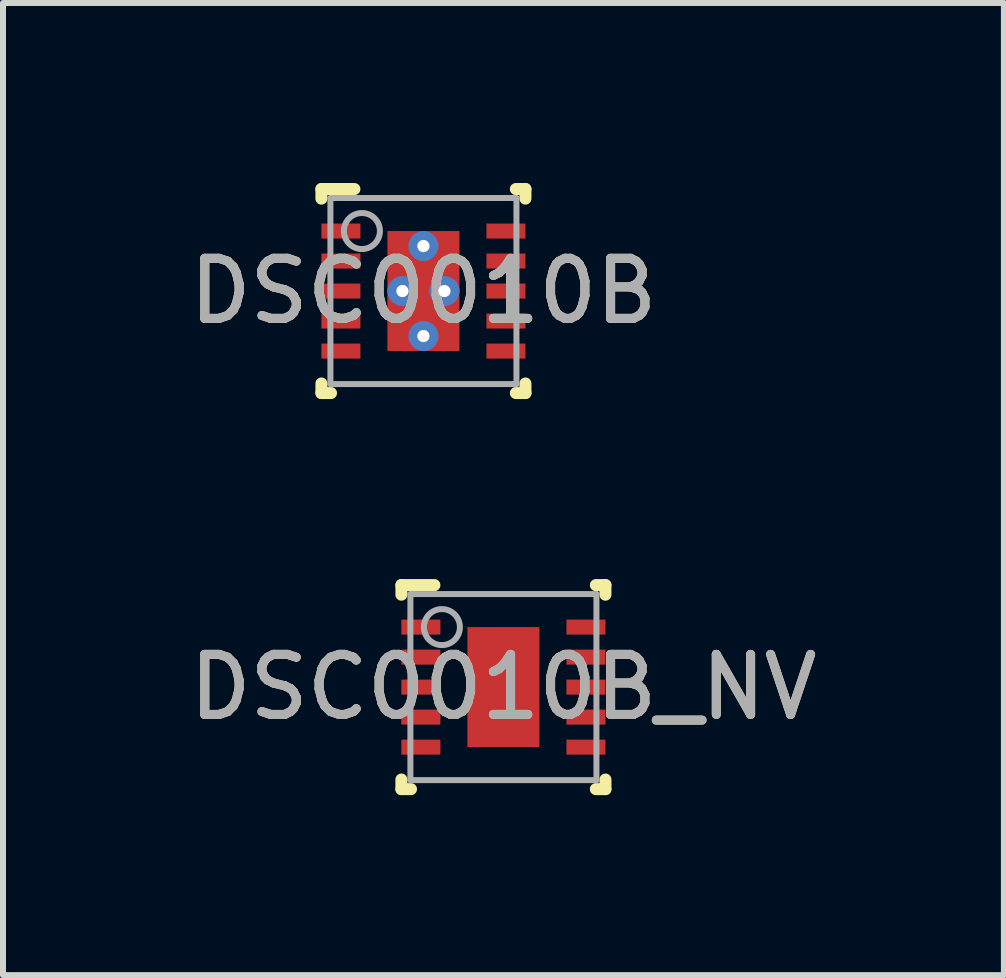
<source format=kicad_pcb>
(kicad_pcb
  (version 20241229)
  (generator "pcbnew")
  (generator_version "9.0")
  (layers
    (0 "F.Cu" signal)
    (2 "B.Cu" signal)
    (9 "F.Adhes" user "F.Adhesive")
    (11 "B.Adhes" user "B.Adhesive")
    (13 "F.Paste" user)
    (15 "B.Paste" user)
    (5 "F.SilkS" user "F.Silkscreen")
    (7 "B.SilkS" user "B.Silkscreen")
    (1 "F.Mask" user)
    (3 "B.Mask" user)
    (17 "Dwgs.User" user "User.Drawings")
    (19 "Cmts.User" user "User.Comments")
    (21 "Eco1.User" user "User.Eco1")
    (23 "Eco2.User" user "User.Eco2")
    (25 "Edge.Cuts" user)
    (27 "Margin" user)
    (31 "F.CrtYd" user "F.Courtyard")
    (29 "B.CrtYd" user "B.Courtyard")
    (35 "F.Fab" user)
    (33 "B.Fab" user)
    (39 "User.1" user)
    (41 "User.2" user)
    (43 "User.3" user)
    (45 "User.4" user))
  (footprint "DSC0010B_NV"
    (layer "F.Cu")
    (at 5.339 8.4)
    (property "Reference" "DSC0010B_NV" (at 0 0 0) (unlocked yes) (layer "F.SilkS") (effects (font (size 1 1) (thickness 0.15))))
    (attr smd)
    (fp_line (start -1.7 1.7) (end -1.7 1.54) (stroke (width 0.2) (type solid)) (layer "F.SilkS"))
    (fp_line (start -1.7 1.7) (end -1.54 1.7) (stroke (width 0.2) (type solid)) (layer "F.SilkS"))
    (fp_line (start -1.7 -1.7) (end -1.15 -1.7) (stroke (width 0.2) (type solid)) (layer "F.SilkS"))
    (fp_line (start -1.7 -1.54) (end -1.7 -1.7) (stroke (width 0.2) (type solid)) (layer "F.SilkS"))
    (fp_line (start 1.54 -1.7) (end 1.7 -1.7) (stroke (width 0.2) (type solid)) (layer "F.SilkS"))
    (fp_line (start 1.54 1.7) (end 1.7 1.7) (stroke (width 0.2) (type solid)) (layer "F.SilkS"))
    (fp_line (start 1.7 -1.54) (end 1.7 -1.7) (stroke (width 0.2) (type solid)) (layer "F.SilkS"))
    (fp_line (start 1.7 1.7) (end 1.7 1.54) (stroke (width 0.2) (type solid)) (layer "F.SilkS"))
    (fp_poly (pts (xy -0.565 -0.149) (xy -0.565 -0.941) (xy -0.564 -0.951) (xy -0.561 -0.96) (xy -0.557 -0.968) (xy -0.551 -0.976) (xy -0.543 -0.982) (xy -0.535 -0.986) (xy -0.526 -0.989) (xy -0.516 -0.99) (xy 0.516 -0.99) (xy 0.526 -0.989) (xy 0.535 -0.986) (xy 0.543 -0.982) (xy 0.551 -0.976) (xy 0.557 -0.968) (xy 0.561 -0.96) (xy 0.564 -0.951) (xy 0.565 -0.941) (xy 0.565 -0.149) (xy 0.564 -0.139) (xy 0.561 -0.13) (xy 0.557 -0.122) (xy 0.551 -0.114) (xy 0.543 -0.108) (xy 0.535 -0.104) (xy 0.526 -0.101) (xy 0.516 -0.1) (xy -0.516 -0.1) (xy -0.526 -0.101) (xy -0.535 -0.104) (xy -0.543 -0.108) (xy -0.551 -0.114) (xy -0.557 -0.122) (xy -0.561 -0.13) (xy -0.564 -0.139)) (stroke (width 0) (type solid)) (fill yes) (layer "F.Paste"))
    (fp_poly (pts (xy -0.565 0.941) (xy -0.565 0.149) (xy -0.564 0.139) (xy -0.561 0.13) (xy -0.557 0.122) (xy -0.551 0.114) (xy -0.543 0.108) (xy -0.535 0.104) (xy -0.526 0.101) (xy -0.516 0.1) (xy 0.516 0.1) (xy 0.526 0.101) (xy 0.535 0.104) (xy 0.543 0.108) (xy 0.551 0.114) (xy 0.557 0.122) (xy 0.561 0.13) (xy 0.564 0.139) (xy 0.565 0.149) (xy 0.565 0.941) (xy 0.564 0.951) (xy 0.561 0.96) (xy 0.557 0.968) (xy 0.551 0.976) (xy 0.543 0.982) (xy 0.535 0.986) (xy 0.526 0.989) (xy 0.516 0.99) (xy -0.516 0.99) (xy -0.526 0.989) (xy -0.535 0.986) (xy -0.543 0.982) (xy -0.551 0.976) (xy -0.557 0.968) (xy -0.561 0.96) (xy -0.564 0.951)) (stroke (width 0) (type solid)) (fill yes) (layer "F.Paste"))
    (fp_line (start -1.55 -1.55) (end 1.55 -1.55) (stroke (width 0.1) (type solid)) (layer "F.Fab"))
    (fp_line (start -1.55 1.55) (end -1.55 -1.55) (stroke (width 0.1) (type solid)) (layer "F.Fab"))
    (fp_line (start -1.55 1.55) (end 1.55 1.55) (stroke (width 0.1) (type solid)) (layer "F.Fab"))
    (fp_line (start 1.55 1.55) (end 1.55 -1.55) (stroke (width 0.1) (type solid)) (layer "F.Fab"))
    (fp_circle (center -1.025 -1) (end -0.725 -1) (stroke (width 0.1) (type solid)) (fill no) (layer "F.Fab"))
    (fp_text user "${REFERENCE}" (at 0 0 0) (unlocked yes) (layer "F.Fab") (effects (font (size 1 1) (thickness 0.15))))
    (pad "1" smd rect (at -1.375 -1 90) (size 0.25 0.65) (layers "F.Cu" "F.Mask" "F.Paste"))
    (pad "2" smd rect (at -1.375 -0.5 90) (size 0.25 0.65) (layers "F.Cu" "F.Mask" "F.Paste"))
    (pad "3" smd rect (at -1.375 0 90) (size 0.25 0.65) (layers "F.Cu" "F.Mask" "F.Paste"))
    (pad "4" smd rect (at -1.375 0.5 90) (size 0.25 0.65) (layers "F.Cu" "F.Mask" "F.Paste"))
    (pad "5" smd rect (at -1.375 1 90) (size 0.25 0.65) (layers "F.Cu" "F.Mask" "F.Paste"))
    (pad "6" smd rect (at 1.375 1 90) (size 0.25 0.65) (layers "F.Cu" "F.Mask" "F.Paste"))
    (pad "7" smd rect (at 1.375 0.5 90) (size 0.25 0.65) (layers "F.Cu" "F.Mask" "F.Paste"))
    (pad "8" smd rect (at 1.375 0 90) (size 0.25 0.65) (layers "F.Cu" "F.Mask" "F.Paste"))
    (pad "9" smd rect (at 1.375 -0.5 90) (size 0.25 0.65) (layers "F.Cu" "F.Mask" "F.Paste"))
    (pad "10" smd rect (at 1.375 -1 90) (size 0.25 0.65) (layers "F.Cu" "F.Mask" "F.Paste"))
    (pad "11" smd rect (at 0.000003 0) (size 1.2 2) (layers "F.Cu" "F.Mask")))
  (footprint "DSC0010B"
    (layer "F.Cu")
    (at 4.006 1.8)
    (property "Reference" "DSC0010B" (at 0 0 0) (unlocked yes) (layer "F.SilkS") (effects (font (size 1 1) (thickness 0.15))))
    (attr smd)
    (fp_line (start -1.7 1.7) (end -1.7 1.54) (stroke (width 0.2) (type solid)) (layer "F.SilkS"))
    (fp_line (start -1.7 1.7) (end -1.54 1.7) (stroke (width 0.2) (type solid)) (layer "F.SilkS"))
    (fp_line (start -1.7 -1.7) (end -1.15 -1.7) (stroke (width 0.2) (type solid)) (layer "F.SilkS"))
    (fp_line (start -1.7 -1.54) (end -1.7 -1.7) (stroke (width 0.2) (type solid)) (layer "F.SilkS"))
    (fp_line (start 1.54 -1.7) (end 1.7 -1.7) (stroke (width 0.2) (type solid)) (layer "F.SilkS"))
    (fp_line (start 1.54 1.7) (end 1.7 1.7) (stroke (width 0.2) (type solid)) (layer "F.SilkS"))
    (fp_line (start 1.7 -1.54) (end 1.7 -1.7) (stroke (width 0.2) (type solid)) (layer "F.SilkS"))
    (fp_line (start 1.7 1.7) (end 1.7 1.54) (stroke (width 0.2) (type solid)) (layer "F.SilkS"))
    (fp_poly (pts (xy -0.565 -0.149) (xy -0.565 -0.941) (xy -0.564 -0.951) (xy -0.561 -0.96) (xy -0.557 -0.968) (xy -0.551 -0.976) (xy -0.543 -0.982) (xy -0.535 -0.986) (xy -0.526 -0.989) (xy -0.516 -0.99) (xy 0.516 -0.99) (xy 0.526 -0.989) (xy 0.535 -0.986) (xy 0.543 -0.982) (xy 0.551 -0.976) (xy 0.557 -0.968) (xy 0.561 -0.96) (xy 0.564 -0.951) (xy 0.565 -0.941) (xy 0.565 -0.149) (xy 0.564 -0.139) (xy 0.561 -0.13) (xy 0.557 -0.122) (xy 0.551 -0.114) (xy 0.543 -0.108) (xy 0.535 -0.104) (xy 0.526 -0.101) (xy 0.516 -0.1) (xy -0.516 -0.1) (xy -0.526 -0.101) (xy -0.535 -0.104) (xy -0.543 -0.108) (xy -0.551 -0.114) (xy -0.557 -0.122) (xy -0.561 -0.13) (xy -0.564 -0.139)) (stroke (width 0) (type solid)) (fill yes) (layer "F.Paste"))
    (fp_poly (pts (xy -0.565 0.941) (xy -0.565 0.149) (xy -0.564 0.139) (xy -0.561 0.13) (xy -0.557 0.122) (xy -0.551 0.114) (xy -0.543 0.108) (xy -0.535 0.104) (xy -0.526 0.101) (xy -0.516 0.1) (xy 0.516 0.1) (xy 0.526 0.101) (xy 0.535 0.104) (xy 0.543 0.108) (xy 0.551 0.114) (xy 0.557 0.122) (xy 0.561 0.13) (xy 0.564 0.139) (xy 0.565 0.149) (xy 0.565 0.941) (xy 0.564 0.951) (xy 0.561 0.96) (xy 0.557 0.968) (xy 0.551 0.976) (xy 0.543 0.982) (xy 0.535 0.986) (xy 0.526 0.989) (xy 0.516 0.99) (xy -0.516 0.99) (xy -0.526 0.989) (xy -0.535 0.986) (xy -0.543 0.982) (xy -0.551 0.976) (xy -0.557 0.968) (xy -0.561 0.96) (xy -0.564 0.951)) (stroke (width 0) (type solid)) (fill yes) (layer "F.Paste"))
    (fp_line (start -1.55 -1.55) (end 1.55 -1.55) (stroke (width 0.1) (type solid)) (layer "F.Fab"))
    (fp_line (start -1.55 1.55) (end -1.55 -1.55) (stroke (width 0.1) (type solid)) (layer "F.Fab"))
    (fp_line (start -1.55 1.55) (end 1.55 1.55) (stroke (width 0.1) (type solid)) (layer "F.Fab"))
    (fp_line (start 1.55 1.55) (end 1.55 -1.55) (stroke (width 0.1) (type solid)) (layer "F.Fab"))
    (fp_circle (center -1.025 -1) (end -0.725 -1) (stroke (width 0.1) (type solid)) (fill no) (layer "F.Fab"))
    (fp_text user "${REFERENCE}" (at 0 0 0) (unlocked yes) (layer "F.Fab") (effects (font (size 1 1) (thickness 0.15))))
    (pad "1" smd rect (at -1.375 -1 90) (size 0.25 0.65) (layers "F.Cu" "F.Mask" "F.Paste"))
    (pad "2" smd rect (at -1.375 -0.5 90) (size 0.25 0.65) (layers "F.Cu" "F.Mask" "F.Paste"))
    (pad "3" smd rect (at -1.375 0 90) (size 0.25 0.65) (layers "F.Cu" "F.Mask" "F.Paste"))
    (pad "4" smd rect (at -1.375 0.5 90) (size 0.25 0.65) (layers "F.Cu" "F.Mask" "F.Paste"))
    (pad "5" smd rect (at -1.375 1 90) (size 0.25 0.65) (layers "F.Cu" "F.Mask" "F.Paste"))
    (pad "6" smd rect (at 1.375 1 90) (size 0.25 0.65) (layers "F.Cu" "F.Mask" "F.Paste"))
    (pad "7" smd rect (at 1.375 0.5 90) (size 0.25 0.65) (layers "F.Cu" "F.Mask" "F.Paste"))
    (pad "8" smd rect (at 1.375 0 90) (size 0.25 0.65) (layers "F.Cu" "F.Mask" "F.Paste"))
    (pad "9" smd rect (at 1.375 -0.5 90) (size 0.25 0.65) (layers "F.Cu" "F.Mask" "F.Paste"))
    (pad "10" smd rect (at 1.375 -1 90) (size 0.25 0.65) (layers "F.Cu" "F.Mask" "F.Paste"))
    (pad "11" smd rect (at 0.000003 0) (size 1.2 2) (layers "F.Cu" "F.Mask"))
    (pad "V" thru_hole circle (at -0.35 0) (size 0.5 0.5) (drill 0.203) (layers "*.Cu" "*.Mask"))
    (pad "V" thru_hole circle (at 0 -0.75) (size 0.5 0.5) (drill 0.203) (layers "*.Cu" "*.Mask"))
    (pad "V" thru_hole circle (at 0 0.75) (size 0.5 0.5) (drill 0.203) (layers "*.Cu" "*.Mask"))
    (pad "V" thru_hole circle (at 0.35 0) (size 0.5 0.5) (drill 0.203) (layers "*.Cu" "*.Mask")))
  (gr_rect
    (start -3 -3)
    (end 13.679 13.2)
    (stroke (width 0.1) (type default))
    (fill no)
    (layer "Edge.Cuts")))
</source>
